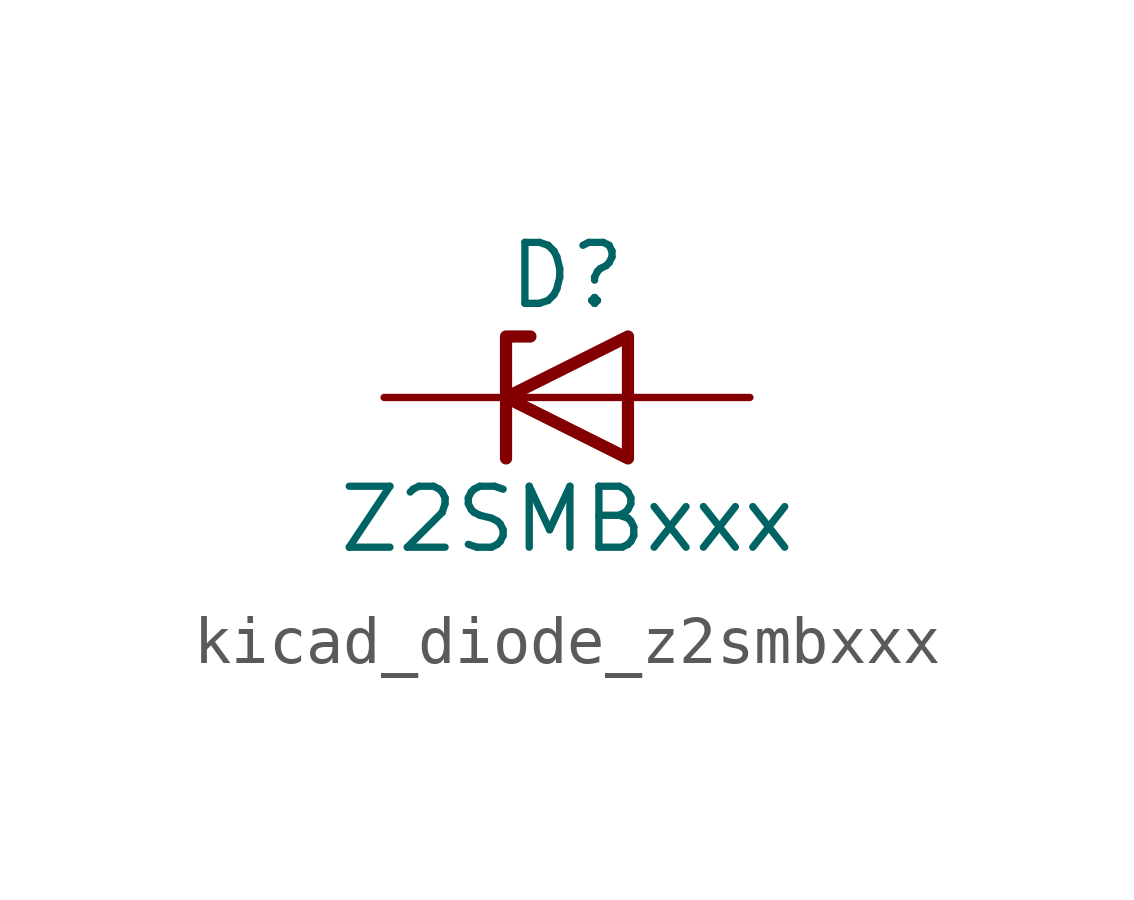
<source format=kicad_sym>
(kicad_symbol_lib
  (version 20220914)
  (generator kicad_symbol_editor)
  (symbol "kicad_diode_z2smbxxx"
    (pin_numbers hide)
    (pin_names hide)
    (property "Reference" "D"
      (at 0 2.54 0)
      (effects (font (size 1.27 1.27))))
    (property "Value" "Z2SMBxxx"
      (at 0 -2.54 0)
      (effects (font (size 1.27 1.27))))
    (symbol "kicad_diode_z2smbxxx_0_1"
      (polyline (pts (xy 1.27 0) (xy -1.27 0)) (stroke (width 0) (type default)) (fill (type none)))
      (polyline (pts (xy -1.27 -1.27) (xy -1.27 1.27) (xy -0.762 1.27)) (stroke (width 0.254) (type default)) (fill (type none)))
      (polyline (pts (xy 1.27 -1.27) (xy 1.27 1.27) (xy -1.27 0) (xy 1.27 -1.27)) (stroke (width 0.254) (type default)) (fill (type none))))
    (symbol "kicad_diode_z2smbxxx_1_1"
      (pin passive line (at -3.81 0 0) (length 2.54) (name "K" (effects (font (size 1.27 1.27)))) (number "1" (effects (font (size 1.27 1.27)))))
      (pin passive line (at 3.81 0 180) (length 2.54) (name "A" (effects (font (size 1.27 1.27)))) (number "2" (effects (font (size 1.27 1.27))))))))
</source>
